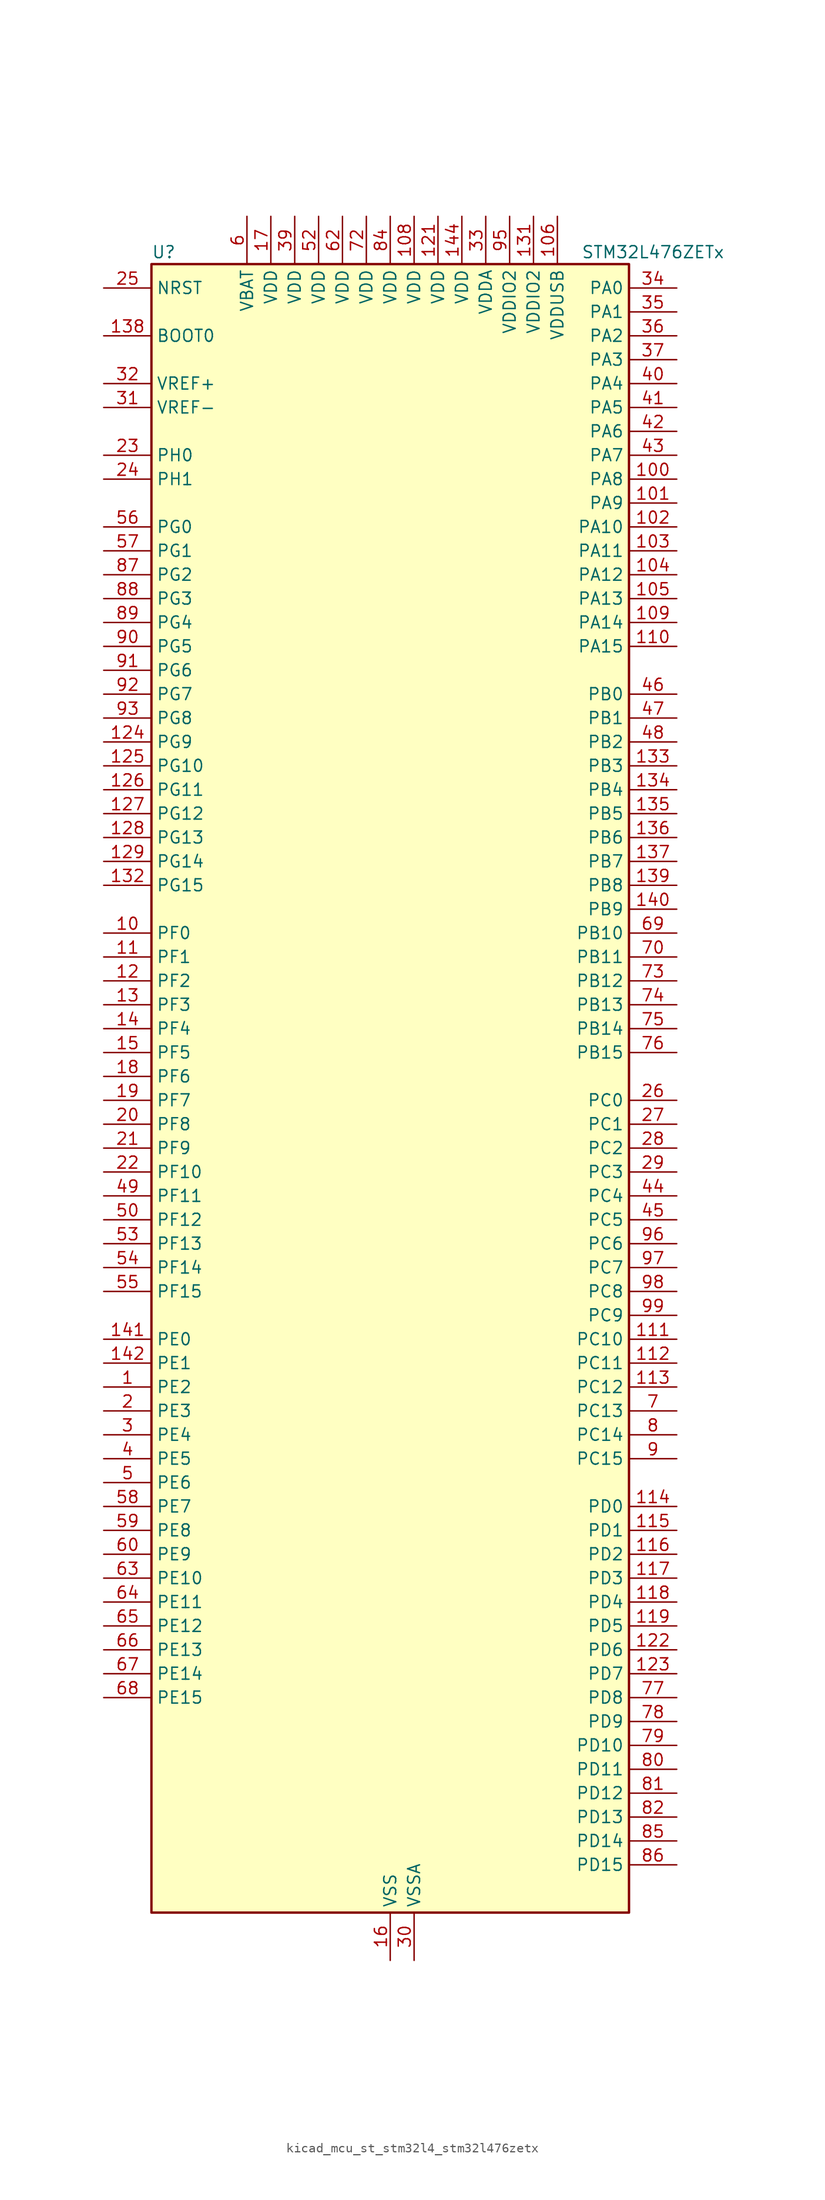
<source format=kicad_sym>
(kicad_symbol_lib
  (version 20220914)
  (generator kicad_symbol_editor)
  (symbol "kicad_mcu_st_stm32l4_stm32l476zetx"
    (property "Reference" "U"
      (at -25.4 90.17 0)
      (effects (font (size 1.27 1.27)) (justify left)))
    (property "Value" "STM32L476ZETx"
      (at 20.32 90.17 0)
      (effects (font (size 1.27 1.27)) (justify left)))
    (property "ki_locked" ""
      (at 0 0 0)
      (effects (font (size 1.27 1.27))))
    (symbol "kicad_mcu_st_stm32l4_stm32l476zetx_0_1"
      (rectangle (start -25.4 -86.36) (end 25.4 88.9) (stroke (width 0.254) (type default)) (fill (type background))))
    (symbol "kicad_mcu_st_stm32l4_stm32l476zetx_1_1"
      (pin bidirectional line (at -30.48 -30.48 0) (length 5.08) (name "PE2" (effects (font (size 1.27 1.27)))) (number "1" (effects (font (size 1.27 1.27)))) (alternate "FMC_A23" bidirectional line) (alternate "LCD_SEG38" bidirectional line) (alternate "SAI1_MCLK_A" bidirectional line) (alternate "SYS_TRACECLK" bidirectional line) (alternate "TIM3_ETR" bidirectional line) (alternate "TSC_G7_IO1" bidirectional line))
      (pin bidirectional line (at -30.48 17.78 0) (length 5.08) (name "PF0" (effects (font (size 1.27 1.27)))) (number "10" (effects (font (size 1.27 1.27)))) (alternate "FMC_A0" bidirectional line) (alternate "I2C2_SDA" bidirectional line))
      (pin bidirectional line (at 30.48 66.04 180) (length 5.08) (name "PA8" (effects (font (size 1.27 1.27)))) (number "100" (effects (font (size 1.27 1.27)))) (alternate "LCD_COM0" bidirectional line) (alternate "LPTIM2_OUT" bidirectional line) (alternate "RCC_MCO" bidirectional line) (alternate "TIM1_CH1" bidirectional line) (alternate "USART1_CK" bidirectional line) (alternate "USB_OTG_FS_SOF" bidirectional line))
      (pin bidirectional line (at 30.48 63.5 180) (length 5.08) (name "PA9" (effects (font (size 1.27 1.27)))) (number "101" (effects (font (size 1.27 1.27)))) (alternate "DAC1_EXTI9" bidirectional line) (alternate "LCD_COM1" bidirectional line) (alternate "TIM15_BKIN" bidirectional line) (alternate "TIM1_CH2" bidirectional line) (alternate "USART1_TX" bidirectional line) (alternate "USB_OTG_FS_VBUS" bidirectional line))
      (pin bidirectional line (at 30.48 60.96 180) (length 5.08) (name "PA10" (effects (font (size 1.27 1.27)))) (number "102" (effects (font (size 1.27 1.27)))) (alternate "LCD_COM2" bidirectional line) (alternate "TIM17_BKIN" bidirectional line) (alternate "TIM1_CH3" bidirectional line) (alternate "USART1_RX" bidirectional line) (alternate "USB_OTG_FS_ID" bidirectional line))
      (pin bidirectional line (at 30.48 58.42 180) (length 5.08) (name "PA11" (effects (font (size 1.27 1.27)))) (number "103" (effects (font (size 1.27 1.27)))) (alternate "ADC1_EXTI11" bidirectional line) (alternate "ADC2_EXTI11" bidirectional line) (alternate "ADC3_EXTI11" bidirectional line) (alternate "CAN1_RX" bidirectional line) (alternate "TIM1_BKIN2" bidirectional line) (alternate "TIM1_BKIN2_COMP1" bidirectional line) (alternate "TIM1_CH4" bidirectional line) (alternate "USART1_CTS" bidirectional line) (alternate "USB_OTG_FS_DM" bidirectional line))
      (pin bidirectional line (at 30.48 55.88 180) (length 5.08) (name "PA12" (effects (font (size 1.27 1.27)))) (number "104" (effects (font (size 1.27 1.27)))) (alternate "CAN1_TX" bidirectional line) (alternate "TIM1_ETR" bidirectional line) (alternate "USART1_DE" bidirectional line) (alternate "USART1_RTS" bidirectional line) (alternate "USB_OTG_FS_DP" bidirectional line))
      (pin bidirectional line (at 30.48 53.34 180) (length 5.08) (name "PA13" (effects (font (size 1.27 1.27)))) (number "105" (effects (font (size 1.27 1.27)))) (alternate "IR_OUT" bidirectional line) (alternate "SYS_JTMS-SWDIO" bidirectional line) (alternate "USB_OTG_FS_NOE" bidirectional line))
      (pin power_in line (at 17.78 93.98 270) (length 5.08) (name "VDDUSB" (effects (font (size 1.27 1.27)))) (number "106" (effects (font (size 1.27 1.27)))))
      (pin passive line (at 0 -91.44 90) (length 5.08) hide (name "VSS" (effects (font (size 1.27 1.27)))) (number "107" (effects (font (size 1.27 1.27)))))
      (pin power_in line (at 2.54 93.98 270) (length 5.08) (name "VDD" (effects (font (size 1.27 1.27)))) (number "108" (effects (font (size 1.27 1.27)))))
      (pin bidirectional line (at 30.48 50.8 180) (length 5.08) (name "PA14" (effects (font (size 1.27 1.27)))) (number "109" (effects (font (size 1.27 1.27)))) (alternate "SYS_JTCK-SWCLK" bidirectional line))
      (pin bidirectional line (at -30.48 15.24 0) (length 5.08) (name "PF1" (effects (font (size 1.27 1.27)))) (number "11" (effects (font (size 1.27 1.27)))) (alternate "FMC_A1" bidirectional line) (alternate "I2C2_SCL" bidirectional line))
      (pin bidirectional line (at 30.48 48.26 180) (length 5.08) (name "PA15" (effects (font (size 1.27 1.27)))) (number "110" (effects (font (size 1.27 1.27)))) (alternate "ADC1_EXTI15" bidirectional line) (alternate "ADC2_EXTI15" bidirectional line) (alternate "ADC3_EXTI15" bidirectional line) (alternate "LCD_SEG17" bidirectional line) (alternate "SAI2_FS_B" bidirectional line) (alternate "SPI1_NSS" bidirectional line) (alternate "SPI3_NSS" bidirectional line) (alternate "SYS_JTDI" bidirectional line) (alternate "TIM2_CH1" bidirectional line) (alternate "TIM2_ETR" bidirectional line) (alternate "TSC_G3_IO1" bidirectional line) (alternate "UART4_DE" bidirectional line) (alternate "UART4_RTS" bidirectional line))
      (pin bidirectional line (at 30.48 -25.4 180) (length 5.08) (name "PC10" (effects (font (size 1.27 1.27)))) (number "111" (effects (font (size 1.27 1.27)))) (alternate "LCD_COM4" bidirectional line) (alternate "LCD_SEG28" bidirectional line) (alternate "LCD_SEG40" bidirectional line) (alternate "SAI2_SCK_B" bidirectional line) (alternate "SDMMC1_D2" bidirectional line) (alternate "SPI3_SCK" bidirectional line) (alternate "TSC_G3_IO2" bidirectional line) (alternate "UART4_TX" bidirectional line) (alternate "USART3_TX" bidirectional line))
      (pin bidirectional line (at 30.48 -27.94 180) (length 5.08) (name "PC11" (effects (font (size 1.27 1.27)))) (number "112" (effects (font (size 1.27 1.27)))) (alternate "ADC1_EXTI11" bidirectional line) (alternate "ADC2_EXTI11" bidirectional line) (alternate "ADC3_EXTI11" bidirectional line) (alternate "LCD_COM5" bidirectional line) (alternate "LCD_SEG29" bidirectional line) (alternate "LCD_SEG41" bidirectional line) (alternate "SAI2_MCLK_B" bidirectional line) (alternate "SDMMC1_D3" bidirectional line) (alternate "SPI3_MISO" bidirectional line) (alternate "TSC_G3_IO3" bidirectional line) (alternate "UART4_RX" bidirectional line) (alternate "USART3_RX" bidirectional line))
      (pin bidirectional line (at 30.48 -30.48 180) (length 5.08) (name "PC12" (effects (font (size 1.27 1.27)))) (number "113" (effects (font (size 1.27 1.27)))) (alternate "LCD_COM6" bidirectional line) (alternate "LCD_SEG30" bidirectional line) (alternate "LCD_SEG42" bidirectional line) (alternate "SAI2_SD_B" bidirectional line) (alternate "SDMMC1_CK" bidirectional line) (alternate "SPI3_MOSI" bidirectional line) (alternate "TSC_G3_IO4" bidirectional line) (alternate "UART5_TX" bidirectional line) (alternate "USART3_CK" bidirectional line))
      (pin bidirectional line (at 30.48 -43.18 180) (length 5.08) (name "PD0" (effects (font (size 1.27 1.27)))) (number "114" (effects (font (size 1.27 1.27)))) (alternate "CAN1_RX" bidirectional line) (alternate "DFSDM1_DATIN7" bidirectional line) (alternate "FMC_D2" bidirectional line) (alternate "FMC_DA2" bidirectional line) (alternate "SPI2_NSS" bidirectional line))
      (pin bidirectional line (at 30.48 -45.72 180) (length 5.08) (name "PD1" (effects (font (size 1.27 1.27)))) (number "115" (effects (font (size 1.27 1.27)))) (alternate "CAN1_TX" bidirectional line) (alternate "DFSDM1_CKIN7" bidirectional line) (alternate "FMC_D3" bidirectional line) (alternate "FMC_DA3" bidirectional line) (alternate "SPI2_SCK" bidirectional line))
      (pin bidirectional line (at 30.48 -48.26 180) (length 5.08) (name "PD2" (effects (font (size 1.27 1.27)))) (number "116" (effects (font (size 1.27 1.27)))) (alternate "LCD_COM7" bidirectional line) (alternate "LCD_SEG31" bidirectional line) (alternate "LCD_SEG43" bidirectional line) (alternate "SDMMC1_CMD" bidirectional line) (alternate "TIM3_ETR" bidirectional line) (alternate "TSC_SYNC" bidirectional line) (alternate "UART5_RX" bidirectional line) (alternate "USART3_DE" bidirectional line) (alternate "USART3_RTS" bidirectional line))
      (pin bidirectional line (at 30.48 -50.8 180) (length 5.08) (name "PD3" (effects (font (size 1.27 1.27)))) (number "117" (effects (font (size 1.27 1.27)))) (alternate "DFSDM1_DATIN0" bidirectional line) (alternate "FMC_CLK" bidirectional line) (alternate "SPI2_MISO" bidirectional line) (alternate "USART2_CTS" bidirectional line))
      (pin bidirectional line (at 30.48 -53.34 180) (length 5.08) (name "PD4" (effects (font (size 1.27 1.27)))) (number "118" (effects (font (size 1.27 1.27)))) (alternate "DFSDM1_CKIN0" bidirectional line) (alternate "FMC_NOE" bidirectional line) (alternate "SPI2_MOSI" bidirectional line) (alternate "USART2_DE" bidirectional line) (alternate "USART2_RTS" bidirectional line))
      (pin bidirectional line (at 30.48 -55.88 180) (length 5.08) (name "PD5" (effects (font (size 1.27 1.27)))) (number "119" (effects (font (size 1.27 1.27)))) (alternate "FMC_NWE" bidirectional line) (alternate "USART2_TX" bidirectional line))
      (pin bidirectional line (at -30.48 12.7 0) (length 5.08) (name "PF2" (effects (font (size 1.27 1.27)))) (number "12" (effects (font (size 1.27 1.27)))) (alternate "FMC_A2" bidirectional line) (alternate "I2C2_SMBA" bidirectional line))
      (pin passive line (at 0 -91.44 90) (length 5.08) hide (name "VSS" (effects (font (size 1.27 1.27)))) (number "120" (effects (font (size 1.27 1.27)))))
      (pin power_in line (at 5.08 93.98 270) (length 5.08) (name "VDD" (effects (font (size 1.27 1.27)))) (number "121" (effects (font (size 1.27 1.27)))))
      (pin bidirectional line (at 30.48 -58.42 180) (length 5.08) (name "PD6" (effects (font (size 1.27 1.27)))) (number "122" (effects (font (size 1.27 1.27)))) (alternate "DFSDM1_DATIN1" bidirectional line) (alternate "FMC_NWAIT" bidirectional line) (alternate "SAI1_SD_A" bidirectional line) (alternate "USART2_RX" bidirectional line))
      (pin bidirectional line (at 30.48 -60.96 180) (length 5.08) (name "PD7" (effects (font (size 1.27 1.27)))) (number "123" (effects (font (size 1.27 1.27)))) (alternate "DFSDM1_CKIN1" bidirectional line) (alternate "FMC_NE1" bidirectional line) (alternate "USART2_CK" bidirectional line))
      (pin bidirectional line (at -30.48 38.1 0) (length 5.08) (name "PG9" (effects (font (size 1.27 1.27)))) (number "124" (effects (font (size 1.27 1.27)))) (alternate "DAC1_EXTI9" bidirectional line) (alternate "FMC_NCE3" bidirectional line) (alternate "FMC_NE2" bidirectional line) (alternate "SAI2_SCK_A" bidirectional line) (alternate "SPI3_SCK" bidirectional line) (alternate "TIM15_CH1N" bidirectional line) (alternate "USART1_TX" bidirectional line))
      (pin bidirectional line (at -30.48 35.56 0) (length 5.08) (name "PG10" (effects (font (size 1.27 1.27)))) (number "125" (effects (font (size 1.27 1.27)))) (alternate "FMC_NE3" bidirectional line) (alternate "LPTIM1_IN1" bidirectional line) (alternate "SAI2_FS_A" bidirectional line) (alternate "SPI3_MISO" bidirectional line) (alternate "TIM15_CH1" bidirectional line) (alternate "USART1_RX" bidirectional line))
      (pin bidirectional line (at -30.48 33.02 0) (length 5.08) (name "PG11" (effects (font (size 1.27 1.27)))) (number "126" (effects (font (size 1.27 1.27)))) (alternate "ADC1_EXTI11" bidirectional line) (alternate "ADC2_EXTI11" bidirectional line) (alternate "ADC3_EXTI11" bidirectional line) (alternate "LPTIM1_IN2" bidirectional line) (alternate "SAI2_MCLK_A" bidirectional line) (alternate "SPI3_MOSI" bidirectional line) (alternate "TIM15_CH2" bidirectional line) (alternate "USART1_CTS" bidirectional line))
      (pin bidirectional line (at -30.48 30.48 0) (length 5.08) (name "PG12" (effects (font (size 1.27 1.27)))) (number "127" (effects (font (size 1.27 1.27)))) (alternate "FMC_NE4" bidirectional line) (alternate "LPTIM1_ETR" bidirectional line) (alternate "SAI2_SD_A" bidirectional line) (alternate "SPI3_NSS" bidirectional line) (alternate "USART1_DE" bidirectional line) (alternate "USART1_RTS" bidirectional line))
      (pin bidirectional line (at -30.48 27.94 0) (length 5.08) (name "PG13" (effects (font (size 1.27 1.27)))) (number "128" (effects (font (size 1.27 1.27)))) (alternate "FMC_A24" bidirectional line) (alternate "I2C1_SDA" bidirectional line) (alternate "USART1_CK" bidirectional line))
      (pin bidirectional line (at -30.48 25.4 0) (length 5.08) (name "PG14" (effects (font (size 1.27 1.27)))) (number "129" (effects (font (size 1.27 1.27)))) (alternate "FMC_A25" bidirectional line) (alternate "I2C1_SCL" bidirectional line))
      (pin bidirectional line (at -30.48 10.16 0) (length 5.08) (name "PF3" (effects (font (size 1.27 1.27)))) (number "13" (effects (font (size 1.27 1.27)))) (alternate "ADC3_IN6" bidirectional line) (alternate "FMC_A3" bidirectional line))
      (pin passive line (at 0 -91.44 90) (length 5.08) hide (name "VSS" (effects (font (size 1.27 1.27)))) (number "130" (effects (font (size 1.27 1.27)))))
      (pin power_in line (at 15.24 93.98 270) (length 5.08) (name "VDDIO2" (effects (font (size 1.27 1.27)))) (number "131" (effects (font (size 1.27 1.27)))))
      (pin bidirectional line (at -30.48 22.86 0) (length 5.08) (name "PG15" (effects (font (size 1.27 1.27)))) (number "132" (effects (font (size 1.27 1.27)))) (alternate "ADC1_EXTI15" bidirectional line) (alternate "ADC2_EXTI15" bidirectional line) (alternate "ADC3_EXTI15" bidirectional line) (alternate "I2C1_SMBA" bidirectional line) (alternate "LPTIM1_OUT" bidirectional line))
      (pin bidirectional line (at 30.48 35.56 180) (length 5.08) (name "PB3" (effects (font (size 1.27 1.27)))) (number "133" (effects (font (size 1.27 1.27)))) (alternate "COMP2_INM" bidirectional line) (alternate "LCD_SEG7" bidirectional line) (alternate "SAI1_SCK_B" bidirectional line) (alternate "SPI1_SCK" bidirectional line) (alternate "SPI3_SCK" bidirectional line) (alternate "SYS_JTDO-SWO" bidirectional line) (alternate "TIM2_CH2" bidirectional line) (alternate "USART1_DE" bidirectional line) (alternate "USART1_RTS" bidirectional line))
      (pin bidirectional line (at 30.48 33.02 180) (length 5.08) (name "PB4" (effects (font (size 1.27 1.27)))) (number "134" (effects (font (size 1.27 1.27)))) (alternate "COMP2_INP" bidirectional line) (alternate "LCD_SEG8" bidirectional line) (alternate "SAI1_MCLK_B" bidirectional line) (alternate "SPI1_MISO" bidirectional line) (alternate "SPI3_MISO" bidirectional line) (alternate "SYS_JTRST" bidirectional line) (alternate "TIM17_BKIN" bidirectional line) (alternate "TIM3_CH1" bidirectional line) (alternate "TSC_G2_IO1" bidirectional line) (alternate "UART5_DE" bidirectional line) (alternate "UART5_RTS" bidirectional line) (alternate "USART1_CTS" bidirectional line))
      (pin bidirectional line (at 30.48 30.48 180) (length 5.08) (name "PB5" (effects (font (size 1.27 1.27)))) (number "135" (effects (font (size 1.27 1.27)))) (alternate "COMP2_OUT" bidirectional line) (alternate "I2C1_SMBA" bidirectional line) (alternate "LCD_SEG9" bidirectional line) (alternate "LPTIM1_IN1" bidirectional line) (alternate "SAI1_SD_B" bidirectional line) (alternate "SPI1_MOSI" bidirectional line) (alternate "SPI3_MOSI" bidirectional line) (alternate "TIM16_BKIN" bidirectional line) (alternate "TIM3_CH2" bidirectional line) (alternate "TSC_G2_IO2" bidirectional line) (alternate "UART5_CTS" bidirectional line) (alternate "USART1_CK" bidirectional line))
      (pin bidirectional line (at 30.48 27.94 180) (length 5.08) (name "PB6" (effects (font (size 1.27 1.27)))) (number "136" (effects (font (size 1.27 1.27)))) (alternate "COMP2_INP" bidirectional line) (alternate "DFSDM1_DATIN5" bidirectional line) (alternate "I2C1_SCL" bidirectional line) (alternate "LPTIM1_ETR" bidirectional line) (alternate "SAI1_FS_B" bidirectional line) (alternate "TIM16_CH1N" bidirectional line) (alternate "TIM4_CH1" bidirectional line) (alternate "TIM8_BKIN2" bidirectional line) (alternate "TIM8_BKIN2_COMP2" bidirectional line) (alternate "TSC_G2_IO3" bidirectional line) (alternate "USART1_TX" bidirectional line))
      (pin bidirectional line (at 30.48 25.4 180) (length 5.08) (name "PB7" (effects (font (size 1.27 1.27)))) (number "137" (effects (font (size 1.27 1.27)))) (alternate "COMP2_INM" bidirectional line) (alternate "DFSDM1_CKIN5" bidirectional line) (alternate "FMC_NL" bidirectional line) (alternate "I2C1_SDA" bidirectional line) (alternate "LCD_SEG21" bidirectional line) (alternate "LPTIM1_IN2" bidirectional line) (alternate "SYS_PVD_IN" bidirectional line) (alternate "TIM17_CH1N" bidirectional line) (alternate "TIM4_CH2" bidirectional line) (alternate "TIM8_BKIN" bidirectional line) (alternate "TIM8_BKIN_COMP1" bidirectional line) (alternate "TSC_G2_IO4" bidirectional line) (alternate "UART4_CTS" bidirectional line) (alternate "USART1_RX" bidirectional line))
      (pin input line (at -30.48 81.28 0) (length 5.08) (name "BOOT0" (effects (font (size 1.27 1.27)))) (number "138" (effects (font (size 1.27 1.27)))))
      (pin bidirectional line (at 30.48 22.86 180) (length 5.08) (name "PB8" (effects (font (size 1.27 1.27)))) (number "139" (effects (font (size 1.27 1.27)))) (alternate "CAN1_RX" bidirectional line) (alternate "DFSDM1_DATIN6" bidirectional line) (alternate "I2C1_SCL" bidirectional line) (alternate "LCD_SEG16" bidirectional line) (alternate "SAI1_MCLK_A" bidirectional line) (alternate "SDMMC1_D4" bidirectional line) (alternate "TIM16_CH1" bidirectional line) (alternate "TIM4_CH3" bidirectional line))
      (pin bidirectional line (at -30.48 7.62 0) (length 5.08) (name "PF4" (effects (font (size 1.27 1.27)))) (number "14" (effects (font (size 1.27 1.27)))) (alternate "ADC3_IN7" bidirectional line) (alternate "FMC_A4" bidirectional line))
      (pin bidirectional line (at 30.48 20.32 180) (length 5.08) (name "PB9" (effects (font (size 1.27 1.27)))) (number "140" (effects (font (size 1.27 1.27)))) (alternate "CAN1_TX" bidirectional line) (alternate "DAC1_EXTI9" bidirectional line) (alternate "DFSDM1_CKIN6" bidirectional line) (alternate "I2C1_SDA" bidirectional line) (alternate "IR_OUT" bidirectional line) (alternate "LCD_COM3" bidirectional line) (alternate "SAI1_FS_A" bidirectional line) (alternate "SDMMC1_D5" bidirectional line) (alternate "SPI2_NSS" bidirectional line) (alternate "TIM17_CH1" bidirectional line) (alternate "TIM4_CH4" bidirectional line))
      (pin bidirectional line (at -30.48 -25.4 0) (length 5.08) (name "PE0" (effects (font (size 1.27 1.27)))) (number "141" (effects (font (size 1.27 1.27)))) (alternate "FMC_NBL0" bidirectional line) (alternate "LCD_SEG36" bidirectional line) (alternate "TIM16_CH1" bidirectional line) (alternate "TIM4_ETR" bidirectional line))
      (pin bidirectional line (at -30.48 -27.94 0) (length 5.08) (name "PE1" (effects (font (size 1.27 1.27)))) (number "142" (effects (font (size 1.27 1.27)))) (alternate "FMC_NBL1" bidirectional line) (alternate "LCD_SEG37" bidirectional line) (alternate "TIM17_CH1" bidirectional line))
      (pin passive line (at 0 -91.44 90) (length 5.08) hide (name "VSS" (effects (font (size 1.27 1.27)))) (number "143" (effects (font (size 1.27 1.27)))))
      (pin power_in line (at 7.62 93.98 270) (length 5.08) (name "VDD" (effects (font (size 1.27 1.27)))) (number "144" (effects (font (size 1.27 1.27)))))
      (pin bidirectional line (at -30.48 5.08 0) (length 5.08) (name "PF5" (effects (font (size 1.27 1.27)))) (number "15" (effects (font (size 1.27 1.27)))) (alternate "ADC3_IN8" bidirectional line) (alternate "FMC_A5" bidirectional line))
      (pin power_in line (at 0 -91.44 90) (length 5.08) (name "VSS" (effects (font (size 1.27 1.27)))) (number "16" (effects (font (size 1.27 1.27)))))
      (pin power_in line (at -12.7 93.98 270) (length 5.08) (name "VDD" (effects (font (size 1.27 1.27)))) (number "17" (effects (font (size 1.27 1.27)))))
      (pin bidirectional line (at -30.48 2.54 0) (length 5.08) (name "PF6" (effects (font (size 1.27 1.27)))) (number "18" (effects (font (size 1.27 1.27)))) (alternate "ADC3_IN9" bidirectional line) (alternate "SAI1_SD_B" bidirectional line) (alternate "TIM5_CH1" bidirectional line) (alternate "TIM5_ETR" bidirectional line))
      (pin bidirectional line (at -30.48 0 0) (length 5.08) (name "PF7" (effects (font (size 1.27 1.27)))) (number "19" (effects (font (size 1.27 1.27)))) (alternate "ADC3_IN10" bidirectional line) (alternate "SAI1_MCLK_B" bidirectional line) (alternate "TIM5_CH2" bidirectional line))
      (pin bidirectional line (at -30.48 -33.02 0) (length 5.08) (name "PE3" (effects (font (size 1.27 1.27)))) (number "2" (effects (font (size 1.27 1.27)))) (alternate "FMC_A19" bidirectional line) (alternate "LCD_SEG39" bidirectional line) (alternate "SAI1_SD_B" bidirectional line) (alternate "SYS_TRACED0" bidirectional line) (alternate "TIM3_CH1" bidirectional line) (alternate "TSC_G7_IO2" bidirectional line))
      (pin bidirectional line (at -30.48 -2.54 0) (length 5.08) (name "PF8" (effects (font (size 1.27 1.27)))) (number "20" (effects (font (size 1.27 1.27)))) (alternate "ADC3_IN11" bidirectional line) (alternate "SAI1_SCK_B" bidirectional line) (alternate "TIM5_CH3" bidirectional line))
      (pin bidirectional line (at -30.48 -5.08 0) (length 5.08) (name "PF9" (effects (font (size 1.27 1.27)))) (number "21" (effects (font (size 1.27 1.27)))) (alternate "ADC3_IN12" bidirectional line) (alternate "DAC1_EXTI9" bidirectional line) (alternate "SAI1_FS_B" bidirectional line) (alternate "TIM15_CH1" bidirectional line) (alternate "TIM5_CH4" bidirectional line))
      (pin bidirectional line (at -30.48 -7.62 0) (length 5.08) (name "PF10" (effects (font (size 1.27 1.27)))) (number "22" (effects (font (size 1.27 1.27)))) (alternate "ADC3_IN13" bidirectional line) (alternate "TIM15_CH2" bidirectional line))
      (pin bidirectional line (at -30.48 68.58 0) (length 5.08) (name "PH0" (effects (font (size 1.27 1.27)))) (number "23" (effects (font (size 1.27 1.27)))) (alternate "RCC_OSC_IN" bidirectional line))
      (pin bidirectional line (at -30.48 66.04 0) (length 5.08) (name "PH1" (effects (font (size 1.27 1.27)))) (number "24" (effects (font (size 1.27 1.27)))) (alternate "RCC_OSC_OUT" bidirectional line))
      (pin input line (at -30.48 86.36 0) (length 5.08) (name "NRST" (effects (font (size 1.27 1.27)))) (number "25" (effects (font (size 1.27 1.27)))))
      (pin bidirectional line (at 30.48 0 180) (length 5.08) (name "PC0" (effects (font (size 1.27 1.27)))) (number "26" (effects (font (size 1.27 1.27)))) (alternate "ADC1_IN1" bidirectional line) (alternate "ADC2_IN1" bidirectional line) (alternate "ADC3_IN1" bidirectional line) (alternate "DFSDM1_DATIN4" bidirectional line) (alternate "I2C3_SCL" bidirectional line) (alternate "LCD_SEG18" bidirectional line) (alternate "LPTIM1_IN1" bidirectional line) (alternate "LPTIM2_IN1" bidirectional line) (alternate "LPUART1_RX" bidirectional line))
      (pin bidirectional line (at 30.48 -2.54 180) (length 5.08) (name "PC1" (effects (font (size 1.27 1.27)))) (number "27" (effects (font (size 1.27 1.27)))) (alternate "ADC1_IN2" bidirectional line) (alternate "ADC2_IN2" bidirectional line) (alternate "ADC3_IN2" bidirectional line) (alternate "DFSDM1_CKIN4" bidirectional line) (alternate "I2C3_SDA" bidirectional line) (alternate "LCD_SEG19" bidirectional line) (alternate "LPTIM1_OUT" bidirectional line) (alternate "LPUART1_TX" bidirectional line))
      (pin bidirectional line (at 30.48 -5.08 180) (length 5.08) (name "PC2" (effects (font (size 1.27 1.27)))) (number "28" (effects (font (size 1.27 1.27)))) (alternate "ADC1_IN3" bidirectional line) (alternate "ADC2_IN3" bidirectional line) (alternate "ADC3_IN3" bidirectional line) (alternate "DFSDM1_CKOUT" bidirectional line) (alternate "LCD_SEG20" bidirectional line) (alternate "LPTIM1_IN2" bidirectional line) (alternate "SPI2_MISO" bidirectional line))
      (pin bidirectional line (at 30.48 -7.62 180) (length 5.08) (name "PC3" (effects (font (size 1.27 1.27)))) (number "29" (effects (font (size 1.27 1.27)))) (alternate "ADC1_IN4" bidirectional line) (alternate "ADC2_IN4" bidirectional line) (alternate "ADC3_IN4" bidirectional line) (alternate "LCD_VLCD" bidirectional line) (alternate "LPTIM1_ETR" bidirectional line) (alternate "LPTIM2_ETR" bidirectional line) (alternate "SAI1_SD_A" bidirectional line) (alternate "SPI2_MOSI" bidirectional line))
      (pin bidirectional line (at -30.48 -35.56 0) (length 5.08) (name "PE4" (effects (font (size 1.27 1.27)))) (number "3" (effects (font (size 1.27 1.27)))) (alternate "DFSDM1_DATIN3" bidirectional line) (alternate "FMC_A20" bidirectional line) (alternate "SAI1_FS_A" bidirectional line) (alternate "SYS_TRACED1" bidirectional line) (alternate "TIM3_CH2" bidirectional line) (alternate "TSC_G7_IO3" bidirectional line))
      (pin power_in line (at 2.54 -91.44 90) (length 5.08) (name "VSSA" (effects (font (size 1.27 1.27)))) (number "30" (effects (font (size 1.27 1.27)))))
      (pin input line (at -30.48 73.66 0) (length 5.08) (name "VREF-" (effects (font (size 1.27 1.27)))) (number "31" (effects (font (size 1.27 1.27)))))
      (pin input line (at -30.48 76.2 0) (length 5.08) (name "VREF+" (effects (font (size 1.27 1.27)))) (number "32" (effects (font (size 1.27 1.27)))) (alternate "VREFBUF_OUT" bidirectional line))
      (pin power_in line (at 10.16 93.98 270) (length 5.08) (name "VDDA" (effects (font (size 1.27 1.27)))) (number "33" (effects (font (size 1.27 1.27)))))
      (pin bidirectional line (at 30.48 86.36 180) (length 5.08) (name "PA0" (effects (font (size 1.27 1.27)))) (number "34" (effects (font (size 1.27 1.27)))) (alternate "ADC1_IN5" bidirectional line) (alternate "ADC2_IN5" bidirectional line) (alternate "OPAMP1_VINP" bidirectional line) (alternate "RTC_TAMP2" bidirectional line) (alternate "SAI1_EXTCLK" bidirectional line) (alternate "SYS_WKUP1" bidirectional line) (alternate "TIM2_CH1" bidirectional line) (alternate "TIM2_ETR" bidirectional line) (alternate "TIM5_CH1" bidirectional line) (alternate "TIM8_ETR" bidirectional line) (alternate "UART4_TX" bidirectional line) (alternate "USART2_CTS" bidirectional line))
      (pin bidirectional line (at 30.48 83.82 180) (length 5.08) (name "PA1" (effects (font (size 1.27 1.27)))) (number "35" (effects (font (size 1.27 1.27)))) (alternate "ADC1_IN6" bidirectional line) (alternate "ADC2_IN6" bidirectional line) (alternate "LCD_SEG0" bidirectional line) (alternate "OPAMP1_VINM" bidirectional line) (alternate "TIM15_CH1N" bidirectional line) (alternate "TIM2_CH2" bidirectional line) (alternate "TIM5_CH2" bidirectional line) (alternate "UART4_RX" bidirectional line) (alternate "USART2_DE" bidirectional line) (alternate "USART2_RTS" bidirectional line))
      (pin bidirectional line (at 30.48 81.28 180) (length 5.08) (name "PA2" (effects (font (size 1.27 1.27)))) (number "36" (effects (font (size 1.27 1.27)))) (alternate "ADC1_IN7" bidirectional line) (alternate "ADC2_IN7" bidirectional line) (alternate "LCD_SEG1" bidirectional line) (alternate "RCC_LSCO" bidirectional line) (alternate "SAI2_EXTCLK" bidirectional line) (alternate "SYS_WKUP4" bidirectional line) (alternate "TIM15_CH1" bidirectional line) (alternate "TIM2_CH3" bidirectional line) (alternate "TIM5_CH3" bidirectional line) (alternate "USART2_TX" bidirectional line))
      (pin bidirectional line (at 30.48 78.74 180) (length 5.08) (name "PA3" (effects (font (size 1.27 1.27)))) (number "37" (effects (font (size 1.27 1.27)))) (alternate "ADC1_IN8" bidirectional line) (alternate "ADC2_IN8" bidirectional line) (alternate "LCD_SEG2" bidirectional line) (alternate "OPAMP1_VOUT" bidirectional line) (alternate "TIM15_CH2" bidirectional line) (alternate "TIM2_CH4" bidirectional line) (alternate "TIM5_CH4" bidirectional line) (alternate "USART2_RX" bidirectional line))
      (pin passive line (at 0 -91.44 90) (length 5.08) hide (name "VSS" (effects (font (size 1.27 1.27)))) (number "38" (effects (font (size 1.27 1.27)))))
      (pin power_in line (at -10.16 93.98 270) (length 5.08) (name "VDD" (effects (font (size 1.27 1.27)))) (number "39" (effects (font (size 1.27 1.27)))))
      (pin bidirectional line (at -30.48 -38.1 0) (length 5.08) (name "PE5" (effects (font (size 1.27 1.27)))) (number "4" (effects (font (size 1.27 1.27)))) (alternate "DFSDM1_CKIN3" bidirectional line) (alternate "FMC_A21" bidirectional line) (alternate "SAI1_SCK_A" bidirectional line) (alternate "SYS_TRACED2" bidirectional line) (alternate "TIM3_CH3" bidirectional line) (alternate "TSC_G7_IO4" bidirectional line))
      (pin bidirectional line (at 30.48 76.2 180) (length 5.08) (name "PA4" (effects (font (size 1.27 1.27)))) (number "40" (effects (font (size 1.27 1.27)))) (alternate "ADC1_IN9" bidirectional line) (alternate "ADC2_IN9" bidirectional line) (alternate "DAC1_OUT1" bidirectional line) (alternate "LPTIM2_OUT" bidirectional line) (alternate "SAI1_FS_B" bidirectional line) (alternate "SPI1_NSS" bidirectional line) (alternate "SPI3_NSS" bidirectional line) (alternate "USART2_CK" bidirectional line))
      (pin bidirectional line (at 30.48 73.66 180) (length 5.08) (name "PA5" (effects (font (size 1.27 1.27)))) (number "41" (effects (font (size 1.27 1.27)))) (alternate "ADC1_IN10" bidirectional line) (alternate "ADC2_IN10" bidirectional line) (alternate "DAC1_OUT2" bidirectional line) (alternate "LPTIM2_ETR" bidirectional line) (alternate "SPI1_SCK" bidirectional line) (alternate "TIM2_CH1" bidirectional line) (alternate "TIM2_ETR" bidirectional line) (alternate "TIM8_CH1N" bidirectional line))
      (pin bidirectional line (at 30.48 71.12 180) (length 5.08) (name "PA6" (effects (font (size 1.27 1.27)))) (number "42" (effects (font (size 1.27 1.27)))) (alternate "ADC1_IN11" bidirectional line) (alternate "ADC2_IN11" bidirectional line) (alternate "LCD_SEG3" bidirectional line) (alternate "OPAMP2_VINP" bidirectional line) (alternate "QUADSPI_BK1_IO3" bidirectional line) (alternate "SPI1_MISO" bidirectional line) (alternate "TIM16_CH1" bidirectional line) (alternate "TIM1_BKIN" bidirectional line) (alternate "TIM1_BKIN_COMP2" bidirectional line) (alternate "TIM3_CH1" bidirectional line) (alternate "TIM8_BKIN" bidirectional line) (alternate "TIM8_BKIN_COMP2" bidirectional line) (alternate "USART3_CTS" bidirectional line))
      (pin bidirectional line (at 30.48 68.58 180) (length 5.08) (name "PA7" (effects (font (size 1.27 1.27)))) (number "43" (effects (font (size 1.27 1.27)))) (alternate "ADC1_IN12" bidirectional line) (alternate "ADC2_IN12" bidirectional line) (alternate "LCD_SEG4" bidirectional line) (alternate "OPAMP2_VINM" bidirectional line) (alternate "QUADSPI_BK1_IO2" bidirectional line) (alternate "SPI1_MOSI" bidirectional line) (alternate "TIM17_CH1" bidirectional line) (alternate "TIM1_CH1N" bidirectional line) (alternate "TIM3_CH2" bidirectional line) (alternate "TIM8_CH1N" bidirectional line))
      (pin bidirectional line (at 30.48 -10.16 180) (length 5.08) (name "PC4" (effects (font (size 1.27 1.27)))) (number "44" (effects (font (size 1.27 1.27)))) (alternate "ADC1_IN13" bidirectional line) (alternate "ADC2_IN13" bidirectional line) (alternate "COMP1_INM" bidirectional line) (alternate "LCD_SEG22" bidirectional line) (alternate "USART3_TX" bidirectional line))
      (pin bidirectional line (at 30.48 -12.7 180) (length 5.08) (name "PC5" (effects (font (size 1.27 1.27)))) (number "45" (effects (font (size 1.27 1.27)))) (alternate "ADC1_IN14" bidirectional line) (alternate "ADC2_IN14" bidirectional line) (alternate "COMP1_INP" bidirectional line) (alternate "LCD_SEG23" bidirectional line) (alternate "SYS_WKUP5" bidirectional line) (alternate "USART3_RX" bidirectional line))
      (pin bidirectional line (at 30.48 43.18 180) (length 5.08) (name "PB0" (effects (font (size 1.27 1.27)))) (number "46" (effects (font (size 1.27 1.27)))) (alternate "ADC1_IN15" bidirectional line) (alternate "ADC2_IN15" bidirectional line) (alternate "COMP1_OUT" bidirectional line) (alternate "LCD_SEG5" bidirectional line) (alternate "OPAMP2_VOUT" bidirectional line) (alternate "QUADSPI_BK1_IO1" bidirectional line) (alternate "TIM1_CH2N" bidirectional line) (alternate "TIM3_CH3" bidirectional line) (alternate "TIM8_CH2N" bidirectional line) (alternate "USART3_CK" bidirectional line))
      (pin bidirectional line (at 30.48 40.64 180) (length 5.08) (name "PB1" (effects (font (size 1.27 1.27)))) (number "47" (effects (font (size 1.27 1.27)))) (alternate "ADC1_IN16" bidirectional line) (alternate "ADC2_IN16" bidirectional line) (alternate "COMP1_INM" bidirectional line) (alternate "DFSDM1_DATIN0" bidirectional line) (alternate "LCD_SEG6" bidirectional line) (alternate "LPTIM2_IN1" bidirectional line) (alternate "QUADSPI_BK1_IO0" bidirectional line) (alternate "TIM1_CH3N" bidirectional line) (alternate "TIM3_CH4" bidirectional line) (alternate "TIM8_CH3N" bidirectional line) (alternate "USART3_DE" bidirectional line) (alternate "USART3_RTS" bidirectional line))
      (pin bidirectional line (at 30.48 38.1 180) (length 5.08) (name "PB2" (effects (font (size 1.27 1.27)))) (number "48" (effects (font (size 1.27 1.27)))) (alternate "COMP1_INP" bidirectional line) (alternate "DFSDM1_CKIN0" bidirectional line) (alternate "I2C3_SMBA" bidirectional line) (alternate "LPTIM1_OUT" bidirectional line) (alternate "RTC_OUT_ALARM" bidirectional line) (alternate "RTC_OUT_CALIB" bidirectional line))
      (pin bidirectional line (at -30.48 -10.16 0) (length 5.08) (name "PF11" (effects (font (size 1.27 1.27)))) (number "49" (effects (font (size 1.27 1.27)))) (alternate "ADC1_EXTI11" bidirectional line) (alternate "ADC2_EXTI11" bidirectional line) (alternate "ADC3_EXTI11" bidirectional line))
      (pin bidirectional line (at -30.48 -40.64 0) (length 5.08) (name "PE6" (effects (font (size 1.27 1.27)))) (number "5" (effects (font (size 1.27 1.27)))) (alternate "FMC_A22" bidirectional line) (alternate "RTC_TAMP3" bidirectional line) (alternate "SAI1_SD_A" bidirectional line) (alternate "SYS_TRACED3" bidirectional line) (alternate "SYS_WKUP3" bidirectional line) (alternate "TIM3_CH4" bidirectional line))
      (pin bidirectional line (at -30.48 -12.7 0) (length 5.08) (name "PF12" (effects (font (size 1.27 1.27)))) (number "50" (effects (font (size 1.27 1.27)))) (alternate "FMC_A6" bidirectional line))
      (pin passive line (at 0 -91.44 90) (length 5.08) hide (name "VSS" (effects (font (size 1.27 1.27)))) (number "51" (effects (font (size 1.27 1.27)))))
      (pin power_in line (at -7.62 93.98 270) (length 5.08) (name "VDD" (effects (font (size 1.27 1.27)))) (number "52" (effects (font (size 1.27 1.27)))))
      (pin bidirectional line (at -30.48 -15.24 0) (length 5.08) (name "PF13" (effects (font (size 1.27 1.27)))) (number "53" (effects (font (size 1.27 1.27)))) (alternate "DFSDM1_DATIN6" bidirectional line) (alternate "FMC_A7" bidirectional line))
      (pin bidirectional line (at -30.48 -17.78 0) (length 5.08) (name "PF14" (effects (font (size 1.27 1.27)))) (number "54" (effects (font (size 1.27 1.27)))) (alternate "DFSDM1_CKIN6" bidirectional line) (alternate "FMC_A8" bidirectional line) (alternate "TSC_G8_IO1" bidirectional line))
      (pin bidirectional line (at -30.48 -20.32 0) (length 5.08) (name "PF15" (effects (font (size 1.27 1.27)))) (number "55" (effects (font (size 1.27 1.27)))) (alternate "ADC1_EXTI15" bidirectional line) (alternate "ADC2_EXTI15" bidirectional line) (alternate "ADC3_EXTI15" bidirectional line) (alternate "FMC_A9" bidirectional line) (alternate "TSC_G8_IO2" bidirectional line))
      (pin bidirectional line (at -30.48 60.96 0) (length 5.08) (name "PG0" (effects (font (size 1.27 1.27)))) (number "56" (effects (font (size 1.27 1.27)))) (alternate "FMC_A10" bidirectional line) (alternate "TSC_G8_IO3" bidirectional line))
      (pin bidirectional line (at -30.48 58.42 0) (length 5.08) (name "PG1" (effects (font (size 1.27 1.27)))) (number "57" (effects (font (size 1.27 1.27)))) (alternate "FMC_A11" bidirectional line) (alternate "TSC_G8_IO4" bidirectional line))
      (pin bidirectional line (at -30.48 -43.18 0) (length 5.08) (name "PE7" (effects (font (size 1.27 1.27)))) (number "58" (effects (font (size 1.27 1.27)))) (alternate "DFSDM1_DATIN2" bidirectional line) (alternate "FMC_D4" bidirectional line) (alternate "FMC_DA4" bidirectional line) (alternate "SAI1_SD_B" bidirectional line) (alternate "TIM1_ETR" bidirectional line))
      (pin bidirectional line (at -30.48 -45.72 0) (length 5.08) (name "PE8" (effects (font (size 1.27 1.27)))) (number "59" (effects (font (size 1.27 1.27)))) (alternate "DFSDM1_CKIN2" bidirectional line) (alternate "FMC_D5" bidirectional line) (alternate "FMC_DA5" bidirectional line) (alternate "SAI1_SCK_B" bidirectional line) (alternate "TIM1_CH1N" bidirectional line))
      (pin power_in line (at -15.24 93.98 270) (length 5.08) (name "VBAT" (effects (font (size 1.27 1.27)))) (number "6" (effects (font (size 1.27 1.27)))))
      (pin bidirectional line (at -30.48 -48.26 0) (length 5.08) (name "PE9" (effects (font (size 1.27 1.27)))) (number "60" (effects (font (size 1.27 1.27)))) (alternate "DAC1_EXTI9" bidirectional line) (alternate "DFSDM1_CKOUT" bidirectional line) (alternate "FMC_D6" bidirectional line) (alternate "FMC_DA6" bidirectional line) (alternate "SAI1_FS_B" bidirectional line) (alternate "TIM1_CH1" bidirectional line))
      (pin passive line (at 0 -91.44 90) (length 5.08) hide (name "VSS" (effects (font (size 1.27 1.27)))) (number "61" (effects (font (size 1.27 1.27)))))
      (pin power_in line (at -5.08 93.98 270) (length 5.08) (name "VDD" (effects (font (size 1.27 1.27)))) (number "62" (effects (font (size 1.27 1.27)))))
      (pin bidirectional line (at -30.48 -50.8 0) (length 5.08) (name "PE10" (effects (font (size 1.27 1.27)))) (number "63" (effects (font (size 1.27 1.27)))) (alternate "DFSDM1_DATIN4" bidirectional line) (alternate "FMC_D7" bidirectional line) (alternate "FMC_DA7" bidirectional line) (alternate "QUADSPI_CLK" bidirectional line) (alternate "SAI1_MCLK_B" bidirectional line) (alternate "TIM1_CH2N" bidirectional line) (alternate "TSC_G5_IO1" bidirectional line))
      (pin bidirectional line (at -30.48 -53.34 0) (length 5.08) (name "PE11" (effects (font (size 1.27 1.27)))) (number "64" (effects (font (size 1.27 1.27)))) (alternate "ADC1_EXTI11" bidirectional line) (alternate "ADC2_EXTI11" bidirectional line) (alternate "ADC3_EXTI11" bidirectional line) (alternate "DFSDM1_CKIN4" bidirectional line) (alternate "FMC_D8" bidirectional line) (alternate "FMC_DA8" bidirectional line) (alternate "QUADSPI_NCS" bidirectional line) (alternate "TIM1_CH2" bidirectional line) (alternate "TSC_G5_IO2" bidirectional line))
      (pin bidirectional line (at -30.48 -55.88 0) (length 5.08) (name "PE12" (effects (font (size 1.27 1.27)))) (number "65" (effects (font (size 1.27 1.27)))) (alternate "DFSDM1_DATIN5" bidirectional line) (alternate "FMC_D9" bidirectional line) (alternate "FMC_DA9" bidirectional line) (alternate "QUADSPI_BK1_IO0" bidirectional line) (alternate "SPI1_NSS" bidirectional line) (alternate "TIM1_CH3N" bidirectional line) (alternate "TSC_G5_IO3" bidirectional line))
      (pin bidirectional line (at -30.48 -58.42 0) (length 5.08) (name "PE13" (effects (font (size 1.27 1.27)))) (number "66" (effects (font (size 1.27 1.27)))) (alternate "DFSDM1_CKIN5" bidirectional line) (alternate "FMC_D10" bidirectional line) (alternate "FMC_DA10" bidirectional line) (alternate "QUADSPI_BK1_IO1" bidirectional line) (alternate "SPI1_SCK" bidirectional line) (alternate "TIM1_CH3" bidirectional line) (alternate "TSC_G5_IO4" bidirectional line))
      (pin bidirectional line (at -30.48 -60.96 0) (length 5.08) (name "PE14" (effects (font (size 1.27 1.27)))) (number "67" (effects (font (size 1.27 1.27)))) (alternate "FMC_D11" bidirectional line) (alternate "FMC_DA11" bidirectional line) (alternate "QUADSPI_BK1_IO2" bidirectional line) (alternate "SPI1_MISO" bidirectional line) (alternate "TIM1_BKIN2" bidirectional line) (alternate "TIM1_BKIN2_COMP2" bidirectional line) (alternate "TIM1_CH4" bidirectional line))
      (pin bidirectional line (at -30.48 -63.5 0) (length 5.08) (name "PE15" (effects (font (size 1.27 1.27)))) (number "68" (effects (font (size 1.27 1.27)))) (alternate "ADC1_EXTI15" bidirectional line) (alternate "ADC2_EXTI15" bidirectional line) (alternate "ADC3_EXTI15" bidirectional line) (alternate "FMC_D12" bidirectional line) (alternate "FMC_DA12" bidirectional line) (alternate "QUADSPI_BK1_IO3" bidirectional line) (alternate "SPI1_MOSI" bidirectional line) (alternate "TIM1_BKIN" bidirectional line) (alternate "TIM1_BKIN_COMP1" bidirectional line))
      (pin bidirectional line (at 30.48 17.78 180) (length 5.08) (name "PB10" (effects (font (size 1.27 1.27)))) (number "69" (effects (font (size 1.27 1.27)))) (alternate "COMP1_OUT" bidirectional line) (alternate "DFSDM1_DATIN7" bidirectional line) (alternate "I2C2_SCL" bidirectional line) (alternate "LCD_SEG10" bidirectional line) (alternate "LPUART1_RX" bidirectional line) (alternate "QUADSPI_CLK" bidirectional line) (alternate "SAI1_SCK_A" bidirectional line) (alternate "SPI2_SCK" bidirectional line) (alternate "TIM2_CH3" bidirectional line) (alternate "USART3_TX" bidirectional line))
      (pin bidirectional line (at 30.48 -33.02 180) (length 5.08) (name "PC13" (effects (font (size 1.27 1.27)))) (number "7" (effects (font (size 1.27 1.27)))) (alternate "RTC_OUT_ALARM" bidirectional line) (alternate "RTC_OUT_CALIB" bidirectional line) (alternate "RTC_TAMP1" bidirectional line) (alternate "RTC_TS" bidirectional line) (alternate "SYS_WKUP2" bidirectional line))
      (pin bidirectional line (at 30.48 15.24 180) (length 5.08) (name "PB11" (effects (font (size 1.27 1.27)))) (number "70" (effects (font (size 1.27 1.27)))) (alternate "ADC1_EXTI11" bidirectional line) (alternate "ADC2_EXTI11" bidirectional line) (alternate "ADC3_EXTI11" bidirectional line) (alternate "COMP2_OUT" bidirectional line) (alternate "DFSDM1_CKIN7" bidirectional line) (alternate "I2C2_SDA" bidirectional line) (alternate "LCD_SEG11" bidirectional line) (alternate "LPUART1_TX" bidirectional line) (alternate "QUADSPI_NCS" bidirectional line) (alternate "TIM2_CH4" bidirectional line) (alternate "USART3_RX" bidirectional line))
      (pin passive line (at 0 -91.44 90) (length 5.08) hide (name "VSS" (effects (font (size 1.27 1.27)))) (number "71" (effects (font (size 1.27 1.27)))))
      (pin power_in line (at -2.54 93.98 270) (length 5.08) (name "VDD" (effects (font (size 1.27 1.27)))) (number "72" (effects (font (size 1.27 1.27)))))
      (pin bidirectional line (at 30.48 12.7 180) (length 5.08) (name "PB12" (effects (font (size 1.27 1.27)))) (number "73" (effects (font (size 1.27 1.27)))) (alternate "DFSDM1_DATIN1" bidirectional line) (alternate "I2C2_SMBA" bidirectional line) (alternate "LCD_SEG12" bidirectional line) (alternate "LPUART1_DE" bidirectional line) (alternate "LPUART1_RTS" bidirectional line) (alternate "SAI2_FS_A" bidirectional line) (alternate "SPI2_NSS" bidirectional line) (alternate "SWPMI1_IO" bidirectional line) (alternate "TIM15_BKIN" bidirectional line) (alternate "TIM1_BKIN" bidirectional line) (alternate "TIM1_BKIN_COMP2" bidirectional line) (alternate "TSC_G1_IO1" bidirectional line) (alternate "USART3_CK" bidirectional line))
      (pin bidirectional line (at 30.48 10.16 180) (length 5.08) (name "PB13" (effects (font (size 1.27 1.27)))) (number "74" (effects (font (size 1.27 1.27)))) (alternate "DFSDM1_CKIN1" bidirectional line) (alternate "I2C2_SCL" bidirectional line) (alternate "LCD_SEG13" bidirectional line) (alternate "LPUART1_CTS" bidirectional line) (alternate "SAI2_SCK_A" bidirectional line) (alternate "SPI2_SCK" bidirectional line) (alternate "SWPMI1_TX" bidirectional line) (alternate "TIM15_CH1N" bidirectional line) (alternate "TIM1_CH1N" bidirectional line) (alternate "TSC_G1_IO2" bidirectional line) (alternate "USART3_CTS" bidirectional line))
      (pin bidirectional line (at 30.48 7.62 180) (length 5.08) (name "PB14" (effects (font (size 1.27 1.27)))) (number "75" (effects (font (size 1.27 1.27)))) (alternate "DFSDM1_DATIN2" bidirectional line) (alternate "I2C2_SDA" bidirectional line) (alternate "LCD_SEG14" bidirectional line) (alternate "SAI2_MCLK_A" bidirectional line) (alternate "SPI2_MISO" bidirectional line) (alternate "SWPMI1_RX" bidirectional line) (alternate "TIM15_CH1" bidirectional line) (alternate "TIM1_CH2N" bidirectional line) (alternate "TIM8_CH2N" bidirectional line) (alternate "TSC_G1_IO3" bidirectional line) (alternate "USART3_DE" bidirectional line) (alternate "USART3_RTS" bidirectional line))
      (pin bidirectional line (at 30.48 5.08 180) (length 5.08) (name "PB15" (effects (font (size 1.27 1.27)))) (number "76" (effects (font (size 1.27 1.27)))) (alternate "ADC1_EXTI15" bidirectional line) (alternate "ADC2_EXTI15" bidirectional line) (alternate "ADC3_EXTI15" bidirectional line) (alternate "DFSDM1_CKIN2" bidirectional line) (alternate "LCD_SEG15" bidirectional line) (alternate "RTC_REFIN" bidirectional line) (alternate "SAI2_SD_A" bidirectional line) (alternate "SPI2_MOSI" bidirectional line) (alternate "SWPMI1_SUSPEND" bidirectional line) (alternate "TIM15_CH2" bidirectional line) (alternate "TIM1_CH3N" bidirectional line) (alternate "TIM8_CH3N" bidirectional line) (alternate "TSC_G1_IO4" bidirectional line))
      (pin bidirectional line (at 30.48 -63.5 180) (length 5.08) (name "PD8" (effects (font (size 1.27 1.27)))) (number "77" (effects (font (size 1.27 1.27)))) (alternate "FMC_D13" bidirectional line) (alternate "FMC_DA13" bidirectional line) (alternate "LCD_SEG28" bidirectional line) (alternate "USART3_TX" bidirectional line))
      (pin bidirectional line (at 30.48 -66.04 180) (length 5.08) (name "PD9" (effects (font (size 1.27 1.27)))) (number "78" (effects (font (size 1.27 1.27)))) (alternate "DAC1_EXTI9" bidirectional line) (alternate "FMC_D14" bidirectional line) (alternate "FMC_DA14" bidirectional line) (alternate "LCD_SEG29" bidirectional line) (alternate "SAI2_MCLK_A" bidirectional line) (alternate "USART3_RX" bidirectional line))
      (pin bidirectional line (at 30.48 -68.58 180) (length 5.08) (name "PD10" (effects (font (size 1.27 1.27)))) (number "79" (effects (font (size 1.27 1.27)))) (alternate "FMC_D15" bidirectional line) (alternate "FMC_DA15" bidirectional line) (alternate "LCD_SEG30" bidirectional line) (alternate "SAI2_SCK_A" bidirectional line) (alternate "TSC_G6_IO1" bidirectional line) (alternate "USART3_CK" bidirectional line))
      (pin bidirectional line (at 30.48 -35.56 180) (length 5.08) (name "PC14" (effects (font (size 1.27 1.27)))) (number "8" (effects (font (size 1.27 1.27)))) (alternate "RCC_OSC32_IN" bidirectional line))
      (pin bidirectional line (at 30.48 -71.12 180) (length 5.08) (name "PD11" (effects (font (size 1.27 1.27)))) (number "80" (effects (font (size 1.27 1.27)))) (alternate "ADC1_EXTI11" bidirectional line) (alternate "ADC2_EXTI11" bidirectional line) (alternate "ADC3_EXTI11" bidirectional line) (alternate "FMC_A16" bidirectional line) (alternate "FMC_CLE" bidirectional line) (alternate "LCD_SEG31" bidirectional line) (alternate "LPTIM2_ETR" bidirectional line) (alternate "SAI2_SD_A" bidirectional line) (alternate "TSC_G6_IO2" bidirectional line) (alternate "USART3_CTS" bidirectional line))
      (pin bidirectional line (at 30.48 -73.66 180) (length 5.08) (name "PD12" (effects (font (size 1.27 1.27)))) (number "81" (effects (font (size 1.27 1.27)))) (alternate "FMC_A17" bidirectional line) (alternate "FMC_ALE" bidirectional line) (alternate "LCD_SEG32" bidirectional line) (alternate "LPTIM2_IN1" bidirectional line) (alternate "SAI2_FS_A" bidirectional line) (alternate "TIM4_CH1" bidirectional line) (alternate "TSC_G6_IO3" bidirectional line) (alternate "USART3_DE" bidirectional line) (alternate "USART3_RTS" bidirectional line))
      (pin bidirectional line (at 30.48 -76.2 180) (length 5.08) (name "PD13" (effects (font (size 1.27 1.27)))) (number "82" (effects (font (size 1.27 1.27)))) (alternate "FMC_A18" bidirectional line) (alternate "LCD_SEG33" bidirectional line) (alternate "LPTIM2_OUT" bidirectional line) (alternate "TIM4_CH2" bidirectional line) (alternate "TSC_G6_IO4" bidirectional line))
      (pin passive line (at 0 -91.44 90) (length 5.08) hide (name "VSS" (effects (font (size 1.27 1.27)))) (number "83" (effects (font (size 1.27 1.27)))))
      (pin power_in line (at 0 93.98 270) (length 5.08) (name "VDD" (effects (font (size 1.27 1.27)))) (number "84" (effects (font (size 1.27 1.27)))))
      (pin bidirectional line (at 30.48 -78.74 180) (length 5.08) (name "PD14" (effects (font (size 1.27 1.27)))) (number "85" (effects (font (size 1.27 1.27)))) (alternate "FMC_D0" bidirectional line) (alternate "FMC_DA0" bidirectional line) (alternate "LCD_SEG34" bidirectional line) (alternate "TIM4_CH3" bidirectional line))
      (pin bidirectional line (at 30.48 -81.28 180) (length 5.08) (name "PD15" (effects (font (size 1.27 1.27)))) (number "86" (effects (font (size 1.27 1.27)))) (alternate "ADC1_EXTI15" bidirectional line) (alternate "ADC2_EXTI15" bidirectional line) (alternate "ADC3_EXTI15" bidirectional line) (alternate "FMC_D1" bidirectional line) (alternate "FMC_DA1" bidirectional line) (alternate "LCD_SEG35" bidirectional line) (alternate "TIM4_CH4" bidirectional line))
      (pin bidirectional line (at -30.48 55.88 0) (length 5.08) (name "PG2" (effects (font (size 1.27 1.27)))) (number "87" (effects (font (size 1.27 1.27)))) (alternate "FMC_A12" bidirectional line) (alternate "SAI2_SCK_B" bidirectional line) (alternate "SPI1_SCK" bidirectional line))
      (pin bidirectional line (at -30.48 53.34 0) (length 5.08) (name "PG3" (effects (font (size 1.27 1.27)))) (number "88" (effects (font (size 1.27 1.27)))) (alternate "FMC_A13" bidirectional line) (alternate "SAI2_FS_B" bidirectional line) (alternate "SPI1_MISO" bidirectional line))
      (pin bidirectional line (at -30.48 50.8 0) (length 5.08) (name "PG4" (effects (font (size 1.27 1.27)))) (number "89" (effects (font (size 1.27 1.27)))) (alternate "FMC_A14" bidirectional line) (alternate "SAI2_MCLK_B" bidirectional line) (alternate "SPI1_MOSI" bidirectional line))
      (pin bidirectional line (at 30.48 -38.1 180) (length 5.08) (name "PC15" (effects (font (size 1.27 1.27)))) (number "9" (effects (font (size 1.27 1.27)))) (alternate "ADC1_EXTI15" bidirectional line) (alternate "ADC2_EXTI15" bidirectional line) (alternate "ADC3_EXTI15" bidirectional line) (alternate "RCC_OSC32_OUT" bidirectional line))
      (pin bidirectional line (at -30.48 48.26 0) (length 5.08) (name "PG5" (effects (font (size 1.27 1.27)))) (number "90" (effects (font (size 1.27 1.27)))) (alternate "FMC_A15" bidirectional line) (alternate "LPUART1_CTS" bidirectional line) (alternate "SAI2_SD_B" bidirectional line) (alternate "SPI1_NSS" bidirectional line))
      (pin bidirectional line (at -30.48 45.72 0) (length 5.08) (name "PG6" (effects (font (size 1.27 1.27)))) (number "91" (effects (font (size 1.27 1.27)))) (alternate "I2C3_SMBA" bidirectional line) (alternate "LPUART1_DE" bidirectional line) (alternate "LPUART1_RTS" bidirectional line))
      (pin bidirectional line (at -30.48 43.18 0) (length 5.08) (name "PG7" (effects (font (size 1.27 1.27)))) (number "92" (effects (font (size 1.27 1.27)))) (alternate "FMC_INT3" bidirectional line) (alternate "I2C3_SCL" bidirectional line) (alternate "LPUART1_TX" bidirectional line))
      (pin bidirectional line (at -30.48 40.64 0) (length 5.08) (name "PG8" (effects (font (size 1.27 1.27)))) (number "93" (effects (font (size 1.27 1.27)))) (alternate "I2C3_SDA" bidirectional line) (alternate "LPUART1_RX" bidirectional line))
      (pin passive line (at 0 -91.44 90) (length 5.08) hide (name "VSS" (effects (font (size 1.27 1.27)))) (number "94" (effects (font (size 1.27 1.27)))))
      (pin power_in line (at 12.7 93.98 270) (length 5.08) (name "VDDIO2" (effects (font (size 1.27 1.27)))) (number "95" (effects (font (size 1.27 1.27)))))
      (pin bidirectional line (at 30.48 -15.24 180) (length 5.08) (name "PC6" (effects (font (size 1.27 1.27)))) (number "96" (effects (font (size 1.27 1.27)))) (alternate "DFSDM1_CKIN3" bidirectional line) (alternate "LCD_SEG24" bidirectional line) (alternate "SAI2_MCLK_A" bidirectional line) (alternate "SDMMC1_D6" bidirectional line) (alternate "TIM3_CH1" bidirectional line) (alternate "TIM8_CH1" bidirectional line) (alternate "TSC_G4_IO1" bidirectional line))
      (pin bidirectional line (at 30.48 -17.78 180) (length 5.08) (name "PC7" (effects (font (size 1.27 1.27)))) (number "97" (effects (font (size 1.27 1.27)))) (alternate "DFSDM1_DATIN3" bidirectional line) (alternate "LCD_SEG25" bidirectional line) (alternate "SAI2_MCLK_B" bidirectional line) (alternate "SDMMC1_D7" bidirectional line) (alternate "TIM3_CH2" bidirectional line) (alternate "TIM8_CH2" bidirectional line) (alternate "TSC_G4_IO2" bidirectional line))
      (pin bidirectional line (at 30.48 -20.32 180) (length 5.08) (name "PC8" (effects (font (size 1.27 1.27)))) (number "98" (effects (font (size 1.27 1.27)))) (alternate "LCD_SEG26" bidirectional line) (alternate "SDMMC1_D0" bidirectional line) (alternate "TIM3_CH3" bidirectional line) (alternate "TIM8_CH3" bidirectional line) (alternate "TSC_G4_IO3" bidirectional line))
      (pin bidirectional line (at 30.48 -22.86 180) (length 5.08) (name "PC9" (effects (font (size 1.27 1.27)))) (number "99" (effects (font (size 1.27 1.27)))) (alternate "DAC1_EXTI9" bidirectional line) (alternate "LCD_SEG27" bidirectional line) (alternate "SAI2_EXTCLK" bidirectional line) (alternate "SDMMC1_D1" bidirectional line) (alternate "TIM3_CH4" bidirectional line) (alternate "TIM8_BKIN2" bidirectional line) (alternate "TIM8_BKIN2_COMP1" bidirectional line) (alternate "TIM8_CH4" bidirectional line) (alternate "TSC_G4_IO4" bidirectional line) (alternate "USB_OTG_FS_NOE" bidirectional line)))))
</source>
